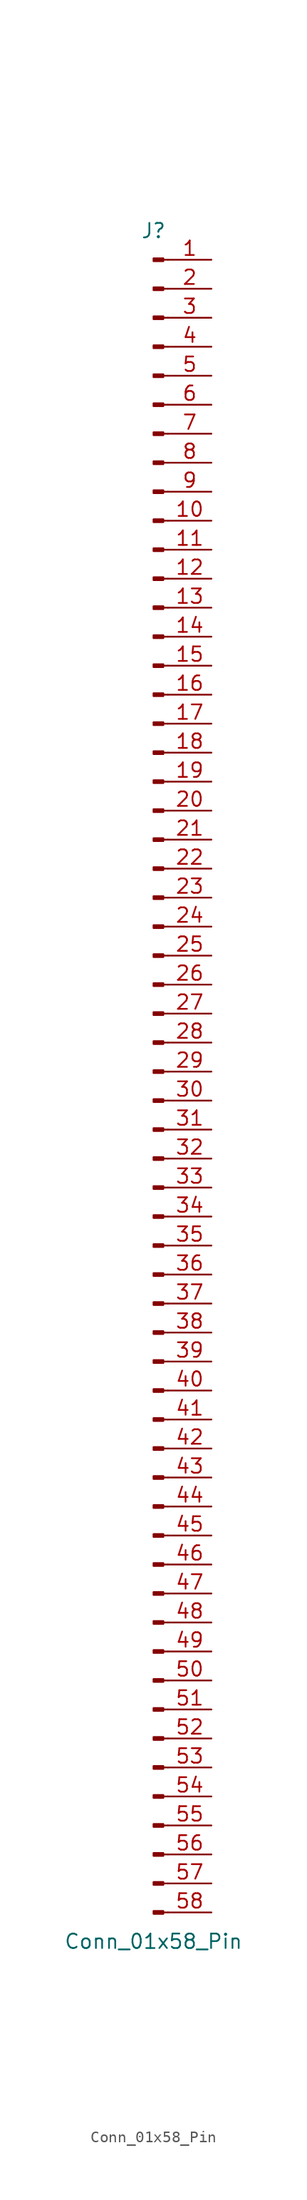
<source format=kicad_sym>
(kicad_symbol_lib
  (version 20220914)
  (generator kicad_symbol_editor)
  (symbol "Conn_01x58_Pin"
    (pin_names
      (offset 1.016) hide)
    (property "Reference" "J"
      (at 0 73.66 0)
      (effects (font (size 1.27 1.27))))
    (property "Value" "Conn_01x58_Pin"
      (at 0 -76.2 0)
      (effects (font (size 1.27 1.27))))
    (property "ki_locked" ""
      (at 0 0 0)
      (effects (font (size 1.27 1.27))))
    (symbol "Conn_01x58_Pin_1_1"
      (polyline (pts (xy 1.27 -73.66) (xy 0.864 -73.66)) (stroke (width 0.152) (type default)) (fill (type none)))
      (polyline (pts (xy 1.27 -71.12) (xy 0.864 -71.12)) (stroke (width 0.152) (type default)) (fill (type none)))
      (polyline (pts (xy 1.27 -68.58) (xy 0.864 -68.58)) (stroke (width 0.152) (type default)) (fill (type none)))
      (polyline (pts (xy 1.27 -66.04) (xy 0.864 -66.04)) (stroke (width 0.152) (type default)) (fill (type none)))
      (polyline (pts (xy 1.27 -63.5) (xy 0.864 -63.5)) (stroke (width 0.152) (type default)) (fill (type none)))
      (polyline (pts (xy 1.27 -60.96) (xy 0.864 -60.96)) (stroke (width 0.152) (type default)) (fill (type none)))
      (polyline (pts (xy 1.27 -58.42) (xy 0.864 -58.42)) (stroke (width 0.152) (type default)) (fill (type none)))
      (polyline (pts (xy 1.27 -55.88) (xy 0.864 -55.88)) (stroke (width 0.152) (type default)) (fill (type none)))
      (polyline (pts (xy 1.27 -53.34) (xy 0.864 -53.34)) (stroke (width 0.152) (type default)) (fill (type none)))
      (polyline (pts (xy 1.27 -50.8) (xy 0.864 -50.8)) (stroke (width 0.152) (type default)) (fill (type none)))
      (polyline (pts (xy 1.27 -48.26) (xy 0.864 -48.26)) (stroke (width 0.152) (type default)) (fill (type none)))
      (polyline (pts (xy 1.27 -45.72) (xy 0.864 -45.72)) (stroke (width 0.152) (type default)) (fill (type none)))
      (polyline (pts (xy 1.27 -43.18) (xy 0.864 -43.18)) (stroke (width 0.152) (type default)) (fill (type none)))
      (polyline (pts (xy 1.27 -40.64) (xy 0.864 -40.64)) (stroke (width 0.152) (type default)) (fill (type none)))
      (polyline (pts (xy 1.27 -38.1) (xy 0.864 -38.1)) (stroke (width 0.152) (type default)) (fill (type none)))
      (polyline (pts (xy 1.27 -35.56) (xy 0.864 -35.56)) (stroke (width 0.152) (type default)) (fill (type none)))
      (polyline (pts (xy 1.27 -33.02) (xy 0.864 -33.02)) (stroke (width 0.152) (type default)) (fill (type none)))
      (polyline (pts (xy 1.27 -30.48) (xy 0.864 -30.48)) (stroke (width 0.152) (type default)) (fill (type none)))
      (polyline (pts (xy 1.27 -27.94) (xy 0.864 -27.94)) (stroke (width 0.152) (type default)) (fill (type none)))
      (polyline (pts (xy 1.27 -25.4) (xy 0.864 -25.4)) (stroke (width 0.152) (type default)) (fill (type none)))
      (polyline (pts (xy 1.27 -22.86) (xy 0.864 -22.86)) (stroke (width 0.152) (type default)) (fill (type none)))
      (polyline (pts (xy 1.27 -20.32) (xy 0.864 -20.32)) (stroke (width 0.152) (type default)) (fill (type none)))
      (polyline (pts (xy 1.27 -17.78) (xy 0.864 -17.78)) (stroke (width 0.152) (type default)) (fill (type none)))
      (polyline (pts (xy 1.27 -15.24) (xy 0.864 -15.24)) (stroke (width 0.152) (type default)) (fill (type none)))
      (polyline (pts (xy 1.27 -12.7) (xy 0.864 -12.7)) (stroke (width 0.152) (type default)) (fill (type none)))
      (polyline (pts (xy 1.27 -10.16) (xy 0.864 -10.16)) (stroke (width 0.152) (type default)) (fill (type none)))
      (polyline (pts (xy 1.27 -7.62) (xy 0.864 -7.62)) (stroke (width 0.152) (type default)) (fill (type none)))
      (polyline (pts (xy 1.27 -5.08) (xy 0.864 -5.08)) (stroke (width 0.152) (type default)) (fill (type none)))
      (polyline (pts (xy 1.27 -2.54) (xy 0.864 -2.54)) (stroke (width 0.152) (type default)) (fill (type none)))
      (polyline (pts (xy 1.27 0) (xy 0.864 0)) (stroke (width 0.152) (type default)) (fill (type none)))
      (polyline (pts (xy 1.27 2.54) (xy 0.864 2.54)) (stroke (width 0.152) (type default)) (fill (type none)))
      (polyline (pts (xy 1.27 5.08) (xy 0.864 5.08)) (stroke (width 0.152) (type default)) (fill (type none)))
      (polyline (pts (xy 1.27 7.62) (xy 0.864 7.62)) (stroke (width 0.152) (type default)) (fill (type none)))
      (polyline (pts (xy 1.27 10.16) (xy 0.864 10.16)) (stroke (width 0.152) (type default)) (fill (type none)))
      (polyline (pts (xy 1.27 12.7) (xy 0.864 12.7)) (stroke (width 0.152) (type default)) (fill (type none)))
      (polyline (pts (xy 1.27 15.24) (xy 0.864 15.24)) (stroke (width 0.152) (type default)) (fill (type none)))
      (polyline (pts (xy 1.27 17.78) (xy 0.864 17.78)) (stroke (width 0.152) (type default)) (fill (type none)))
      (polyline (pts (xy 1.27 20.32) (xy 0.864 20.32)) (stroke (width 0.152) (type default)) (fill (type none)))
      (polyline (pts (xy 1.27 22.86) (xy 0.864 22.86)) (stroke (width 0.152) (type default)) (fill (type none)))
      (polyline (pts (xy 1.27 25.4) (xy 0.864 25.4)) (stroke (width 0.152) (type default)) (fill (type none)))
      (polyline (pts (xy 1.27 27.94) (xy 0.864 27.94)) (stroke (width 0.152) (type default)) (fill (type none)))
      (polyline (pts (xy 1.27 30.48) (xy 0.864 30.48)) (stroke (width 0.152) (type default)) (fill (type none)))
      (polyline (pts (xy 1.27 33.02) (xy 0.864 33.02)) (stroke (width 0.152) (type default)) (fill (type none)))
      (polyline (pts (xy 1.27 35.56) (xy 0.864 35.56)) (stroke (width 0.152) (type default)) (fill (type none)))
      (polyline (pts (xy 1.27 38.1) (xy 0.864 38.1)) (stroke (width 0.152) (type default)) (fill (type none)))
      (polyline (pts (xy 1.27 40.64) (xy 0.864 40.64)) (stroke (width 0.152) (type default)) (fill (type none)))
      (polyline (pts (xy 1.27 43.18) (xy 0.864 43.18)) (stroke (width 0.152) (type default)) (fill (type none)))
      (polyline (pts (xy 1.27 45.72) (xy 0.864 45.72)) (stroke (width 0.152) (type default)) (fill (type none)))
      (polyline (pts (xy 1.27 48.26) (xy 0.864 48.26)) (stroke (width 0.152) (type default)) (fill (type none)))
      (polyline (pts (xy 1.27 50.8) (xy 0.864 50.8)) (stroke (width 0.152) (type default)) (fill (type none)))
      (polyline (pts (xy 1.27 53.34) (xy 0.864 53.34)) (stroke (width 0.152) (type default)) (fill (type none)))
      (polyline (pts (xy 1.27 55.88) (xy 0.864 55.88)) (stroke (width 0.152) (type default)) (fill (type none)))
      (polyline (pts (xy 1.27 58.42) (xy 0.864 58.42)) (stroke (width 0.152) (type default)) (fill (type none)))
      (polyline (pts (xy 1.27 60.96) (xy 0.864 60.96)) (stroke (width 0.152) (type default)) (fill (type none)))
      (polyline (pts (xy 1.27 63.5) (xy 0.864 63.5)) (stroke (width 0.152) (type default)) (fill (type none)))
      (polyline (pts (xy 1.27 66.04) (xy 0.864 66.04)) (stroke (width 0.152) (type default)) (fill (type none)))
      (polyline (pts (xy 1.27 68.58) (xy 0.864 68.58)) (stroke (width 0.152) (type default)) (fill (type none)))
      (polyline (pts (xy 1.27 71.12) (xy 0.864 71.12)) (stroke (width 0.152) (type default)) (fill (type none)))
      (rectangle (start 0.864 -73.533) (end 0 -73.787) (stroke (width 0.152) (type default)) (fill (type outline)))
      (rectangle (start 0.864 -70.993) (end 0 -71.247) (stroke (width 0.152) (type default)) (fill (type outline)))
      (rectangle (start 0.864 -68.453) (end 0 -68.707) (stroke (width 0.152) (type default)) (fill (type outline)))
      (rectangle (start 0.864 -65.913) (end 0 -66.167) (stroke (width 0.152) (type default)) (fill (type outline)))
      (rectangle (start 0.864 -63.373) (end 0 -63.627) (stroke (width 0.152) (type default)) (fill (type outline)))
      (rectangle (start 0.864 -60.833) (end 0 -61.087) (stroke (width 0.152) (type default)) (fill (type outline)))
      (rectangle (start 0.864 -58.293) (end 0 -58.547) (stroke (width 0.152) (type default)) (fill (type outline)))
      (rectangle (start 0.864 -55.753) (end 0 -56.007) (stroke (width 0.152) (type default)) (fill (type outline)))
      (rectangle (start 0.864 -53.213) (end 0 -53.467) (stroke (width 0.152) (type default)) (fill (type outline)))
      (rectangle (start 0.864 -50.673) (end 0 -50.927) (stroke (width 0.152) (type default)) (fill (type outline)))
      (rectangle (start 0.864 -48.133) (end 0 -48.387) (stroke (width 0.152) (type default)) (fill (type outline)))
      (rectangle (start 0.864 -45.593) (end 0 -45.847) (stroke (width 0.152) (type default)) (fill (type outline)))
      (rectangle (start 0.864 -43.053) (end 0 -43.307) (stroke (width 0.152) (type default)) (fill (type outline)))
      (rectangle (start 0.864 -40.513) (end 0 -40.767) (stroke (width 0.152) (type default)) (fill (type outline)))
      (rectangle (start 0.864 -37.973) (end 0 -38.227) (stroke (width 0.152) (type default)) (fill (type outline)))
      (rectangle (start 0.864 -35.433) (end 0 -35.687) (stroke (width 0.152) (type default)) (fill (type outline)))
      (rectangle (start 0.864 -32.893) (end 0 -33.147) (stroke (width 0.152) (type default)) (fill (type outline)))
      (rectangle (start 0.864 -30.353) (end 0 -30.607) (stroke (width 0.152) (type default)) (fill (type outline)))
      (rectangle (start 0.864 -27.813) (end 0 -28.067) (stroke (width 0.152) (type default)) (fill (type outline)))
      (rectangle (start 0.864 -25.273) (end 0 -25.527) (stroke (width 0.152) (type default)) (fill (type outline)))
      (rectangle (start 0.864 -22.733) (end 0 -22.987) (stroke (width 0.152) (type default)) (fill (type outline)))
      (rectangle (start 0.864 -20.193) (end 0 -20.447) (stroke (width 0.152) (type default)) (fill (type outline)))
      (rectangle (start 0.864 -17.653) (end 0 -17.907) (stroke (width 0.152) (type default)) (fill (type outline)))
      (rectangle (start 0.864 -15.113) (end 0 -15.367) (stroke (width 0.152) (type default)) (fill (type outline)))
      (rectangle (start 0.864 -12.573) (end 0 -12.827) (stroke (width 0.152) (type default)) (fill (type outline)))
      (rectangle (start 0.864 -10.033) (end 0 -10.287) (stroke (width 0.152) (type default)) (fill (type outline)))
      (rectangle (start 0.864 -7.493) (end 0 -7.747) (stroke (width 0.152) (type default)) (fill (type outline)))
      (rectangle (start 0.864 -4.953) (end 0 -5.207) (stroke (width 0.152) (type default)) (fill (type outline)))
      (rectangle (start 0.864 -2.413) (end 0 -2.667) (stroke (width 0.152) (type default)) (fill (type outline)))
      (rectangle (start 0.864 0.127) (end 0 -0.127) (stroke (width 0.152) (type default)) (fill (type outline)))
      (rectangle (start 0.864 2.667) (end 0 2.413) (stroke (width 0.152) (type default)) (fill (type outline)))
      (rectangle (start 0.864 5.207) (end 0 4.953) (stroke (width 0.152) (type default)) (fill (type outline)))
      (rectangle (start 0.864 7.747) (end 0 7.493) (stroke (width 0.152) (type default)) (fill (type outline)))
      (rectangle (start 0.864 10.287) (end 0 10.033) (stroke (width 0.152) (type default)) (fill (type outline)))
      (rectangle (start 0.864 12.827) (end 0 12.573) (stroke (width 0.152) (type default)) (fill (type outline)))
      (rectangle (start 0.864 15.367) (end 0 15.113) (stroke (width 0.152) (type default)) (fill (type outline)))
      (rectangle (start 0.864 17.907) (end 0 17.653) (stroke (width 0.152) (type default)) (fill (type outline)))
      (rectangle (start 0.864 20.447) (end 0 20.193) (stroke (width 0.152) (type default)) (fill (type outline)))
      (rectangle (start 0.864 22.987) (end 0 22.733) (stroke (width 0.152) (type default)) (fill (type outline)))
      (rectangle (start 0.864 25.527) (end 0 25.273) (stroke (width 0.152) (type default)) (fill (type outline)))
      (rectangle (start 0.864 28.067) (end 0 27.813) (stroke (width 0.152) (type default)) (fill (type outline)))
      (rectangle (start 0.864 30.607) (end 0 30.353) (stroke (width 0.152) (type default)) (fill (type outline)))
      (rectangle (start 0.864 33.147) (end 0 32.893) (stroke (width 0.152) (type default)) (fill (type outline)))
      (rectangle (start 0.864 35.687) (end 0 35.433) (stroke (width 0.152) (type default)) (fill (type outline)))
      (rectangle (start 0.864 38.227) (end 0 37.973) (stroke (width 0.152) (type default)) (fill (type outline)))
      (rectangle (start 0.864 40.767) (end 0 40.513) (stroke (width 0.152) (type default)) (fill (type outline)))
      (rectangle (start 0.864 43.307) (end 0 43.053) (stroke (width 0.152) (type default)) (fill (type outline)))
      (rectangle (start 0.864 45.847) (end 0 45.593) (stroke (width 0.152) (type default)) (fill (type outline)))
      (rectangle (start 0.864 48.387) (end 0 48.133) (stroke (width 0.152) (type default)) (fill (type outline)))
      (rectangle (start 0.864 50.927) (end 0 50.673) (stroke (width 0.152) (type default)) (fill (type outline)))
      (rectangle (start 0.864 53.467) (end 0 53.213) (stroke (width 0.152) (type default)) (fill (type outline)))
      (rectangle (start 0.864 56.007) (end 0 55.753) (stroke (width 0.152) (type default)) (fill (type outline)))
      (rectangle (start 0.864 58.547) (end 0 58.293) (stroke (width 0.152) (type default)) (fill (type outline)))
      (rectangle (start 0.864 61.087) (end 0 60.833) (stroke (width 0.152) (type default)) (fill (type outline)))
      (rectangle (start 0.864 63.627) (end 0 63.373) (stroke (width 0.152) (type default)) (fill (type outline)))
      (rectangle (start 0.864 66.167) (end 0 65.913) (stroke (width 0.152) (type default)) (fill (type outline)))
      (rectangle (start 0.864 68.707) (end 0 68.453) (stroke (width 0.152) (type default)) (fill (type outline)))
      (rectangle (start 0.864 71.247) (end 0 70.993) (stroke (width 0.152) (type default)) (fill (type outline)))
      (pin passive line (at 5.08 71.12 180) (length 3.81) (name "Pin_1" (effects (font (size 1.27 1.27)))) (number "1" (effects (font (size 1.27 1.27)))))
      (pin passive line (at 5.08 48.26 180) (length 3.81) (name "Pin_10" (effects (font (size 1.27 1.27)))) (number "10" (effects (font (size 1.27 1.27)))))
      (pin passive line (at 5.08 45.72 180) (length 3.81) (name "Pin_11" (effects (font (size 1.27 1.27)))) (number "11" (effects (font (size 1.27 1.27)))))
      (pin passive line (at 5.08 43.18 180) (length 3.81) (name "Pin_12" (effects (font (size 1.27 1.27)))) (number "12" (effects (font (size 1.27 1.27)))))
      (pin passive line (at 5.08 40.64 180) (length 3.81) (name "Pin_13" (effects (font (size 1.27 1.27)))) (number "13" (effects (font (size 1.27 1.27)))))
      (pin passive line (at 5.08 38.1 180) (length 3.81) (name "Pin_14" (effects (font (size 1.27 1.27)))) (number "14" (effects (font (size 1.27 1.27)))))
      (pin passive line (at 5.08 35.56 180) (length 3.81) (name "Pin_15" (effects (font (size 1.27 1.27)))) (number "15" (effects (font (size 1.27 1.27)))))
      (pin passive line (at 5.08 33.02 180) (length 3.81) (name "Pin_16" (effects (font (size 1.27 1.27)))) (number "16" (effects (font (size 1.27 1.27)))))
      (pin passive line (at 5.08 30.48 180) (length 3.81) (name "Pin_17" (effects (font (size 1.27 1.27)))) (number "17" (effects (font (size 1.27 1.27)))))
      (pin passive line (at 5.08 27.94 180) (length 3.81) (name "Pin_18" (effects (font (size 1.27 1.27)))) (number "18" (effects (font (size 1.27 1.27)))))
      (pin passive line (at 5.08 25.4 180) (length 3.81) (name "Pin_19" (effects (font (size 1.27 1.27)))) (number "19" (effects (font (size 1.27 1.27)))))
      (pin passive line (at 5.08 68.58 180) (length 3.81) (name "Pin_2" (effects (font (size 1.27 1.27)))) (number "2" (effects (font (size 1.27 1.27)))))
      (pin passive line (at 5.08 22.86 180) (length 3.81) (name "Pin_20" (effects (font (size 1.27 1.27)))) (number "20" (effects (font (size 1.27 1.27)))))
      (pin passive line (at 5.08 20.32 180) (length 3.81) (name "Pin_21" (effects (font (size 1.27 1.27)))) (number "21" (effects (font (size 1.27 1.27)))))
      (pin passive line (at 5.08 17.78 180) (length 3.81) (name "Pin_22" (effects (font (size 1.27 1.27)))) (number "22" (effects (font (size 1.27 1.27)))))
      (pin passive line (at 5.08 15.24 180) (length 3.81) (name "Pin_23" (effects (font (size 1.27 1.27)))) (number "23" (effects (font (size 1.27 1.27)))))
      (pin passive line (at 5.08 12.7 180) (length 3.81) (name "Pin_24" (effects (font (size 1.27 1.27)))) (number "24" (effects (font (size 1.27 1.27)))))
      (pin passive line (at 5.08 10.16 180) (length 3.81) (name "Pin_25" (effects (font (size 1.27 1.27)))) (number "25" (effects (font (size 1.27 1.27)))))
      (pin passive line (at 5.08 7.62 180) (length 3.81) (name "Pin_26" (effects (font (size 1.27 1.27)))) (number "26" (effects (font (size 1.27 1.27)))))
      (pin passive line (at 5.08 5.08 180) (length 3.81) (name "Pin_27" (effects (font (size 1.27 1.27)))) (number "27" (effects (font (size 1.27 1.27)))))
      (pin passive line (at 5.08 2.54 180) (length 3.81) (name "Pin_28" (effects (font (size 1.27 1.27)))) (number "28" (effects (font (size 1.27 1.27)))))
      (pin passive line (at 5.08 0 180) (length 3.81) (name "Pin_29" (effects (font (size 1.27 1.27)))) (number "29" (effects (font (size 1.27 1.27)))))
      (pin passive line (at 5.08 66.04 180) (length 3.81) (name "Pin_3" (effects (font (size 1.27 1.27)))) (number "3" (effects (font (size 1.27 1.27)))))
      (pin passive line (at 5.08 -2.54 180) (length 3.81) (name "Pin_30" (effects (font (size 1.27 1.27)))) (number "30" (effects (font (size 1.27 1.27)))))
      (pin passive line (at 5.08 -5.08 180) (length 3.81) (name "Pin_31" (effects (font (size 1.27 1.27)))) (number "31" (effects (font (size 1.27 1.27)))))
      (pin passive line (at 5.08 -7.62 180) (length 3.81) (name "Pin_32" (effects (font (size 1.27 1.27)))) (number "32" (effects (font (size 1.27 1.27)))))
      (pin passive line (at 5.08 -10.16 180) (length 3.81) (name "Pin_33" (effects (font (size 1.27 1.27)))) (number "33" (effects (font (size 1.27 1.27)))))
      (pin passive line (at 5.08 -12.7 180) (length 3.81) (name "Pin_34" (effects (font (size 1.27 1.27)))) (number "34" (effects (font (size 1.27 1.27)))))
      (pin passive line (at 5.08 -15.24 180) (length 3.81) (name "Pin_35" (effects (font (size 1.27 1.27)))) (number "35" (effects (font (size 1.27 1.27)))))
      (pin passive line (at 5.08 -17.78 180) (length 3.81) (name "Pin_36" (effects (font (size 1.27 1.27)))) (number "36" (effects (font (size 1.27 1.27)))))
      (pin passive line (at 5.08 -20.32 180) (length 3.81) (name "Pin_37" (effects (font (size 1.27 1.27)))) (number "37" (effects (font (size 1.27 1.27)))))
      (pin passive line (at 5.08 -22.86 180) (length 3.81) (name "Pin_38" (effects (font (size 1.27 1.27)))) (number "38" (effects (font (size 1.27 1.27)))))
      (pin passive line (at 5.08 -25.4 180) (length 3.81) (name "Pin_39" (effects (font (size 1.27 1.27)))) (number "39" (effects (font (size 1.27 1.27)))))
      (pin passive line (at 5.08 63.5 180) (length 3.81) (name "Pin_4" (effects (font (size 1.27 1.27)))) (number "4" (effects (font (size 1.27 1.27)))))
      (pin passive line (at 5.08 -27.94 180) (length 3.81) (name "Pin_40" (effects (font (size 1.27 1.27)))) (number "40" (effects (font (size 1.27 1.27)))))
      (pin passive line (at 5.08 -30.48 180) (length 3.81) (name "Pin_41" (effects (font (size 1.27 1.27)))) (number "41" (effects (font (size 1.27 1.27)))))
      (pin passive line (at 5.08 -33.02 180) (length 3.81) (name "Pin_42" (effects (font (size 1.27 1.27)))) (number "42" (effects (font (size 1.27 1.27)))))
      (pin passive line (at 5.08 -35.56 180) (length 3.81) (name "Pin_43" (effects (font (size 1.27 1.27)))) (number "43" (effects (font (size 1.27 1.27)))))
      (pin passive line (at 5.08 -38.1 180) (length 3.81) (name "Pin_44" (effects (font (size 1.27 1.27)))) (number "44" (effects (font (size 1.27 1.27)))))
      (pin passive line (at 5.08 -40.64 180) (length 3.81) (name "Pin_45" (effects (font (size 1.27 1.27)))) (number "45" (effects (font (size 1.27 1.27)))))
      (pin passive line (at 5.08 -43.18 180) (length 3.81) (name "Pin_46" (effects (font (size 1.27 1.27)))) (number "46" (effects (font (size 1.27 1.27)))))
      (pin passive line (at 5.08 -45.72 180) (length 3.81) (name "Pin_47" (effects (font (size 1.27 1.27)))) (number "47" (effects (font (size 1.27 1.27)))))
      (pin passive line (at 5.08 -48.26 180) (length 3.81) (name "Pin_48" (effects (font (size 1.27 1.27)))) (number "48" (effects (font (size 1.27 1.27)))))
      (pin passive line (at 5.08 -50.8 180) (length 3.81) (name "Pin_49" (effects (font (size 1.27 1.27)))) (number "49" (effects (font (size 1.27 1.27)))))
      (pin passive line (at 5.08 60.96 180) (length 3.81) (name "Pin_5" (effects (font (size 1.27 1.27)))) (number "5" (effects (font (size 1.27 1.27)))))
      (pin passive line (at 5.08 -53.34 180) (length 3.81) (name "Pin_50" (effects (font (size 1.27 1.27)))) (number "50" (effects (font (size 1.27 1.27)))))
      (pin passive line (at 5.08 -55.88 180) (length 3.81) (name "Pin_51" (effects (font (size 1.27 1.27)))) (number "51" (effects (font (size 1.27 1.27)))))
      (pin passive line (at 5.08 -58.42 180) (length 3.81) (name "Pin_52" (effects (font (size 1.27 1.27)))) (number "52" (effects (font (size 1.27 1.27)))))
      (pin passive line (at 5.08 -60.96 180) (length 3.81) (name "Pin_53" (effects (font (size 1.27 1.27)))) (number "53" (effects (font (size 1.27 1.27)))))
      (pin passive line (at 5.08 -63.5 180) (length 3.81) (name "Pin_54" (effects (font (size 1.27 1.27)))) (number "54" (effects (font (size 1.27 1.27)))))
      (pin passive line (at 5.08 -66.04 180) (length 3.81) (name "Pin_55" (effects (font (size 1.27 1.27)))) (number "55" (effects (font (size 1.27 1.27)))))
      (pin passive line (at 5.08 -68.58 180) (length 3.81) (name "Pin_56" (effects (font (size 1.27 1.27)))) (number "56" (effects (font (size 1.27 1.27)))))
      (pin passive line (at 5.08 -71.12 180) (length 3.81) (name "Pin_57" (effects (font (size 1.27 1.27)))) (number "57" (effects (font (size 1.27 1.27)))))
      (pin passive line (at 5.08 -73.66 180) (length 3.81) (name "Pin_58" (effects (font (size 1.27 1.27)))) (number "58" (effects (font (size 1.27 1.27)))))
      (pin passive line (at 5.08 58.42 180) (length 3.81) (name "Pin_6" (effects (font (size 1.27 1.27)))) (number "6" (effects (font (size 1.27 1.27)))))
      (pin passive line (at 5.08 55.88 180) (length 3.81) (name "Pin_7" (effects (font (size 1.27 1.27)))) (number "7" (effects (font (size 1.27 1.27)))))
      (pin passive line (at 5.08 53.34 180) (length 3.81) (name "Pin_8" (effects (font (size 1.27 1.27)))) (number "8" (effects (font (size 1.27 1.27)))))
      (pin passive line (at 5.08 50.8 180) (length 3.81) (name "Pin_9" (effects (font (size 1.27 1.27)))) (number "9" (effects (font (size 1.27 1.27))))))))
</source>
